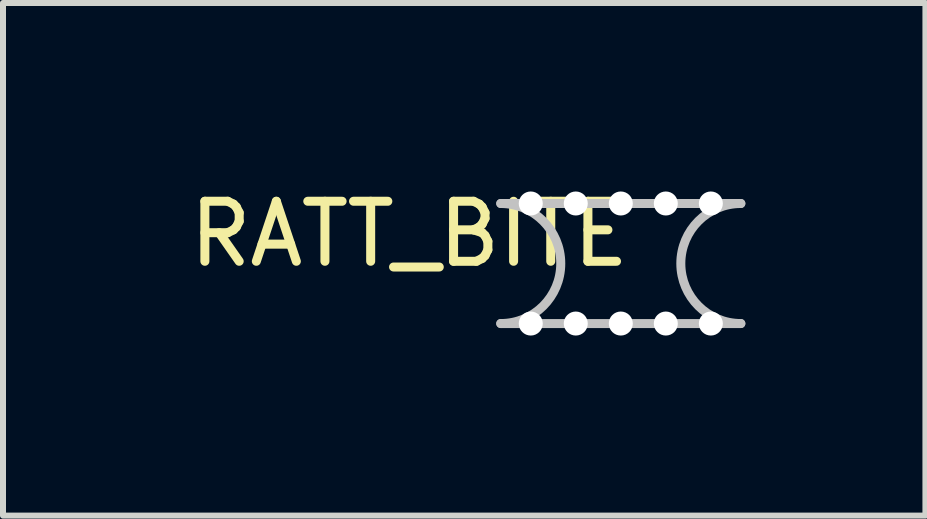
<source format=kicad_pcb>
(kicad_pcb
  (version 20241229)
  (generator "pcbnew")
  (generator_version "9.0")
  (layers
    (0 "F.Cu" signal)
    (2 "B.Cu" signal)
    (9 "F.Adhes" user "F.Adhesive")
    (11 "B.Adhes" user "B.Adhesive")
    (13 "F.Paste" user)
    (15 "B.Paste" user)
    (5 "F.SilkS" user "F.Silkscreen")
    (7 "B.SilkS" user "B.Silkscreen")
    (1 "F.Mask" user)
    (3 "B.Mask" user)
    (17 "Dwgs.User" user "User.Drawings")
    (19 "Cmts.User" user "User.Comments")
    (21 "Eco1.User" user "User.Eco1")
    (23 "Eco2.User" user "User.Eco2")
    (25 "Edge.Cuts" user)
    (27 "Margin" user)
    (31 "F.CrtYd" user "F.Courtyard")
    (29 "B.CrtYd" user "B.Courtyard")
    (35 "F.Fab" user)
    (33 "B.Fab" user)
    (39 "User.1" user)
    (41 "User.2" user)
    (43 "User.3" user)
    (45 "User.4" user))
  (footprint "RATT_BITE"
    (layer "F.Cu")
    (at 5.292 0.34)
    (property "Reference" "RATT_BITE" (at -1.524 0.508 0) (layer "F.SilkS") (effects (font (size 1 1) (thickness 0.15))))
    (attr through_hole)
    (fp_line (start 0 0) (end 4 0) (stroke (width 0.15) (type solid)) (layer "Dwgs.User"))
    (fp_line (start 0 2) (end 4 2) (stroke (width 0.15) (type solid)) (layer "Dwgs.User"))
    (fp_arc (start 0 0) (mid 1 1) (end 0 2) (stroke (width 0.15) (type solid)) (layer "Dwgs.User"))
    (fp_arc (start 4 2) (mid 3 1) (end 4 0) (stroke (width 0.15) (type solid)) (layer "Dwgs.User"))
    (pad "" np_thru_hole circle (at 0.5 0) (size 0.4 0.4) (drill 0.4) (layers "*.Cu" "*.Mask"))
    (pad "" np_thru_hole circle (at 0.5 2) (size 0.4 0.4) (drill 0.4) (layers "*.Cu" "*.Mask"))
    (pad "" np_thru_hole circle (at 1.25 0) (size 0.4 0.4) (drill 0.4) (layers "*.Cu" "*.Mask"))
    (pad "" np_thru_hole circle (at 1.25 2) (size 0.4 0.4) (drill 0.4) (layers "*.Cu" "*.Mask"))
    (pad "" np_thru_hole circle (at 2 0) (size 0.4 0.4) (drill 0.4) (layers "*.Cu" "*.Mask"))
    (pad "" np_thru_hole circle (at 2 2) (size 0.4 0.4) (drill 0.4) (layers "*.Cu" "*.Mask"))
    (pad "" np_thru_hole circle (at 2.75 0) (size 0.4 0.4) (drill 0.4) (layers "*.Cu" "*.Mask"))
    (pad "" np_thru_hole circle (at 2.75 2) (size 0.4 0.4) (drill 0.4) (layers "*.Cu" "*.Mask"))
    (pad "" np_thru_hole circle (at 3.5 0) (size 0.4 0.4) (drill 0.4) (layers "*.Cu" "*.Mask"))
    (pad "" np_thru_hole circle (at 3.5 2) (size 0.4 0.4) (drill 0.4) (layers "*.Cu" "*.Mask")))
  (gr_rect
    (start -3 -3)
    (end 12.367 5.54)
    (stroke (width 0.1) (type default))
    (fill no)
    (layer "Edge.Cuts")))
</source>
